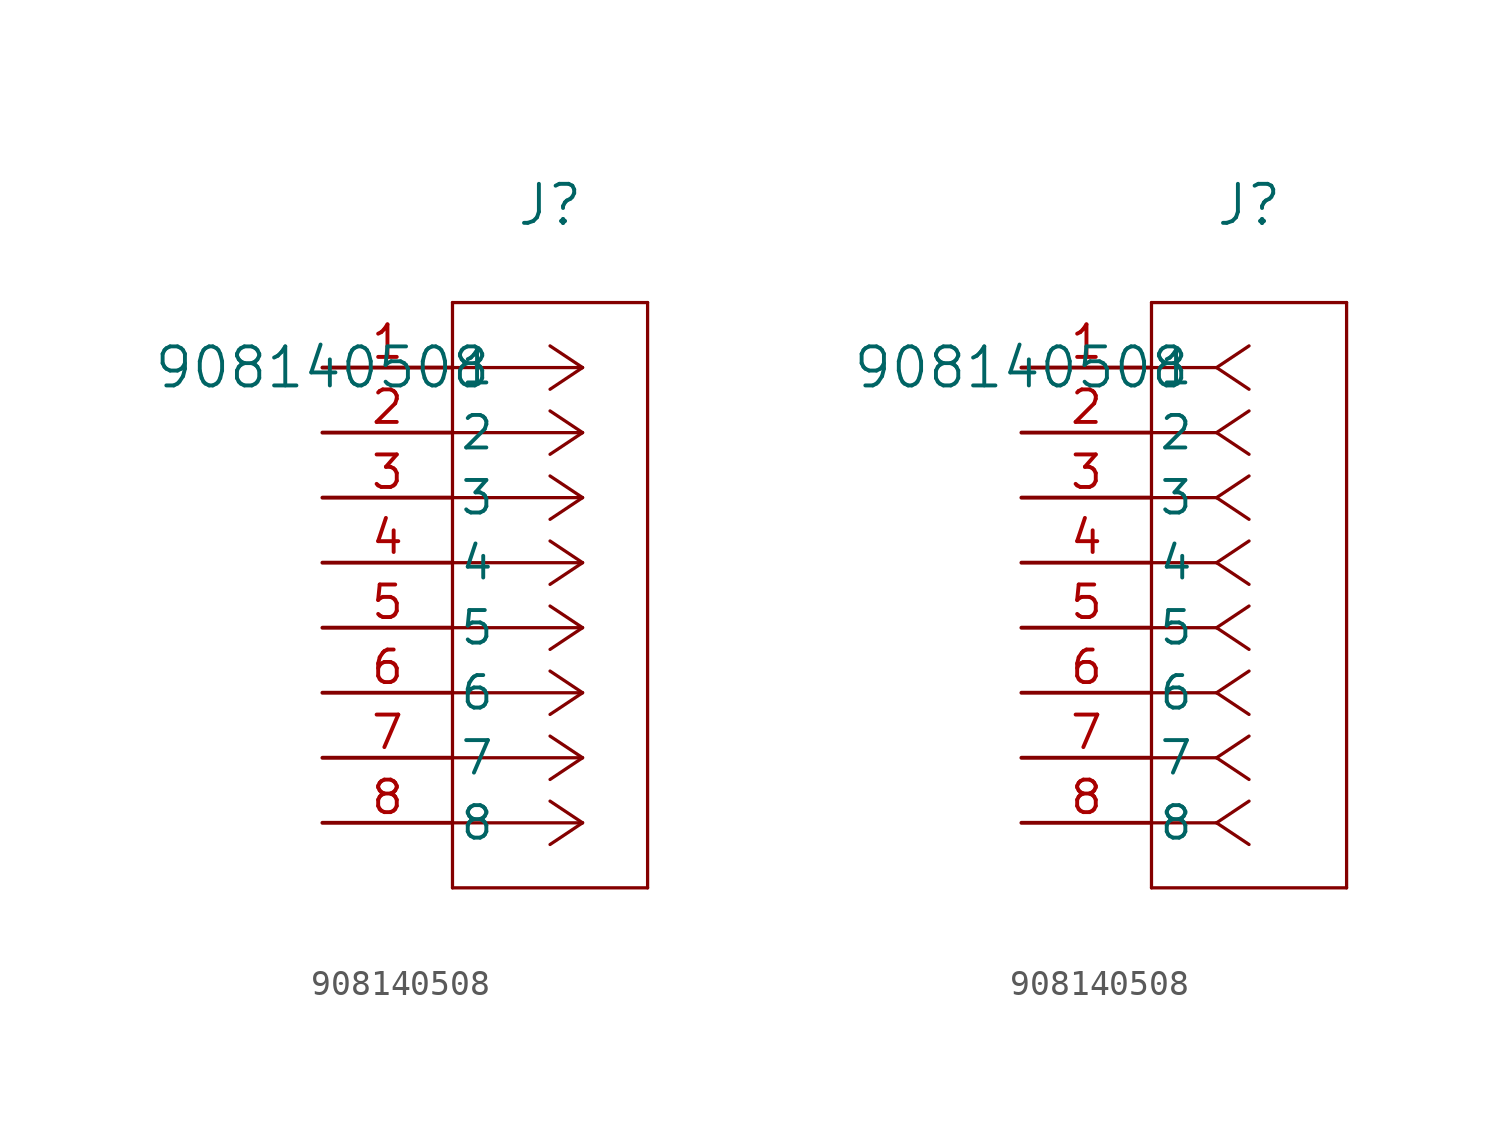
<source format=kicad_sym>
(kicad_symbol_lib
  (version 20211014)
  (generator kicad_symbol_editor)
  (symbol "908140508"
    (pin_names
      (offset 0.254))
    (property "Reference" "J"
      (at 8.89 6.35 0)
      (effects (font (size 1.524 1.524))))
    (property "Value" "908140508"
      (at 0 0 0)
      (effects (font (size 1.524 1.524))))
    (symbol "908140508_1_1"
      (polyline (pts (xy 10.16 0) (xy 5.08 0)) (stroke (width 0.127) (type default) (color 0 0 0 0)) (fill (type none)))
      (polyline (pts (xy 10.16 -2.54) (xy 5.08 -2.54)) (stroke (width 0.127) (type default) (color 0 0 0 0)) (fill (type none)))
      (polyline (pts (xy 10.16 -5.08) (xy 5.08 -5.08)) (stroke (width 0.127) (type default) (color 0 0 0 0)) (fill (type none)))
      (polyline (pts (xy 10.16 -7.62) (xy 5.08 -7.62)) (stroke (width 0.127) (type default) (color 0 0 0 0)) (fill (type none)))
      (polyline (pts (xy 10.16 -10.16) (xy 5.08 -10.16)) (stroke (width 0.127) (type default) (color 0 0 0 0)) (fill (type none)))
      (polyline (pts (xy 10.16 -12.7) (xy 5.08 -12.7)) (stroke (width 0.127) (type default) (color 0 0 0 0)) (fill (type none)))
      (polyline (pts (xy 10.16 -15.24) (xy 5.08 -15.24)) (stroke (width 0.127) (type default) (color 0 0 0 0)) (fill (type none)))
      (polyline (pts (xy 10.16 -17.78) (xy 5.08 -17.78)) (stroke (width 0.127) (type default) (color 0 0 0 0)) (fill (type none)))
      (polyline (pts (xy 10.16 0) (xy 8.89 0.847)) (stroke (width 0.127) (type default) (color 0 0 0 0)) (fill (type none)))
      (polyline (pts (xy 10.16 -2.54) (xy 8.89 -1.693)) (stroke (width 0.127) (type default) (color 0 0 0 0)) (fill (type none)))
      (polyline (pts (xy 10.16 -5.08) (xy 8.89 -4.233)) (stroke (width 0.127) (type default) (color 0 0 0 0)) (fill (type none)))
      (polyline (pts (xy 10.16 -7.62) (xy 8.89 -6.773)) (stroke (width 0.127) (type default) (color 0 0 0 0)) (fill (type none)))
      (polyline (pts (xy 10.16 -10.16) (xy 8.89 -9.313)) (stroke (width 0.127) (type default) (color 0 0 0 0)) (fill (type none)))
      (polyline (pts (xy 10.16 -12.7) (xy 8.89 -11.853)) (stroke (width 0.127) (type default) (color 0 0 0 0)) (fill (type none)))
      (polyline (pts (xy 10.16 -15.24) (xy 8.89 -14.393)) (stroke (width 0.127) (type default) (color 0 0 0 0)) (fill (type none)))
      (polyline (pts (xy 10.16 -17.78) (xy 8.89 -16.933)) (stroke (width 0.127) (type default) (color 0 0 0 0)) (fill (type none)))
      (polyline (pts (xy 10.16 0) (xy 8.89 -0.847)) (stroke (width 0.127) (type default) (color 0 0 0 0)) (fill (type none)))
      (polyline (pts (xy 10.16 -2.54) (xy 8.89 -3.387)) (stroke (width 0.127) (type default) (color 0 0 0 0)) (fill (type none)))
      (polyline (pts (xy 10.16 -5.08) (xy 8.89 -5.927)) (stroke (width 0.127) (type default) (color 0 0 0 0)) (fill (type none)))
      (polyline (pts (xy 10.16 -7.62) (xy 8.89 -8.467)) (stroke (width 0.127) (type default) (color 0 0 0 0)) (fill (type none)))
      (polyline (pts (xy 10.16 -10.16) (xy 8.89 -11.007)) (stroke (width 0.127) (type default) (color 0 0 0 0)) (fill (type none)))
      (polyline (pts (xy 10.16 -12.7) (xy 8.89 -13.547)) (stroke (width 0.127) (type default) (color 0 0 0 0)) (fill (type none)))
      (polyline (pts (xy 10.16 -15.24) (xy 8.89 -16.087)) (stroke (width 0.127) (type default) (color 0 0 0 0)) (fill (type none)))
      (polyline (pts (xy 10.16 -17.78) (xy 8.89 -18.627)) (stroke (width 0.127) (type default) (color 0 0 0 0)) (fill (type none)))
      (polyline (pts (xy 5.08 2.54) (xy 5.08 -20.32)) (stroke (width 0.127) (type default) (color 0 0 0 0)) (fill (type none)))
      (polyline (pts (xy 5.08 -20.32) (xy 12.7 -20.32)) (stroke (width 0.127) (type default) (color 0 0 0 0)) (fill (type none)))
      (polyline (pts (xy 12.7 -20.32) (xy 12.7 2.54)) (stroke (width 0.127) (type default) (color 0 0 0 0)) (fill (type none)))
      (polyline (pts (xy 12.7 2.54) (xy 5.08 2.54)) (stroke (width 0.127) (type default) (color 0 0 0 0)) (fill (type none)))
      (pin unspecified line (at 0 0 0) (length 5.08) (name "1" (effects (font (size 1.27 1.27)))) (number "1" (effects (font (size 1.27 1.27)))))
      (pin unspecified line (at 0 -2.54 0) (length 5.08) (name "2" (effects (font (size 1.27 1.27)))) (number "2" (effects (font (size 1.27 1.27)))))
      (pin unspecified line (at 0 -5.08 0) (length 5.08) (name "3" (effects (font (size 1.27 1.27)))) (number "3" (effects (font (size 1.27 1.27)))))
      (pin unspecified line (at 0 -7.62 0) (length 5.08) (name "4" (effects (font (size 1.27 1.27)))) (number "4" (effects (font (size 1.27 1.27)))))
      (pin unspecified line (at 0 -10.16 0) (length 5.08) (name "5" (effects (font (size 1.27 1.27)))) (number "5" (effects (font (size 1.27 1.27)))))
      (pin unspecified line (at 0 -12.7 0) (length 5.08) (name "6" (effects (font (size 1.27 1.27)))) (number "6" (effects (font (size 1.27 1.27)))))
      (pin unspecified line (at 0 -15.24 0) (length 5.08) (name "7" (effects (font (size 1.27 1.27)))) (number "7" (effects (font (size 1.27 1.27)))))
      (pin unspecified line (at 0 -17.78 0) (length 5.08) (name "8" (effects (font (size 1.27 1.27)))) (number "8" (effects (font (size 1.27 1.27))))))
    (symbol "908140508_1_2"
      (polyline (pts (xy 7.62 0) (xy 5.08 0)) (stroke (width 0.127) (type default) (color 0 0 0 0)) (fill (type none)))
      (polyline (pts (xy 7.62 -2.54) (xy 5.08 -2.54)) (stroke (width 0.127) (type default) (color 0 0 0 0)) (fill (type none)))
      (polyline (pts (xy 7.62 -5.08) (xy 5.08 -5.08)) (stroke (width 0.127) (type default) (color 0 0 0 0)) (fill (type none)))
      (polyline (pts (xy 7.62 -7.62) (xy 5.08 -7.62)) (stroke (width 0.127) (type default) (color 0 0 0 0)) (fill (type none)))
      (polyline (pts (xy 7.62 -10.16) (xy 5.08 -10.16)) (stroke (width 0.127) (type default) (color 0 0 0 0)) (fill (type none)))
      (polyline (pts (xy 7.62 -12.7) (xy 5.08 -12.7)) (stroke (width 0.127) (type default) (color 0 0 0 0)) (fill (type none)))
      (polyline (pts (xy 7.62 -15.24) (xy 5.08 -15.24)) (stroke (width 0.127) (type default) (color 0 0 0 0)) (fill (type none)))
      (polyline (pts (xy 7.62 -17.78) (xy 5.08 -17.78)) (stroke (width 0.127) (type default) (color 0 0 0 0)) (fill (type none)))
      (polyline (pts (xy 7.62 0) (xy 8.89 0.847)) (stroke (width 0.127) (type default) (color 0 0 0 0)) (fill (type none)))
      (polyline (pts (xy 7.62 -2.54) (xy 8.89 -1.693)) (stroke (width 0.127) (type default) (color 0 0 0 0)) (fill (type none)))
      (polyline (pts (xy 7.62 -5.08) (xy 8.89 -4.233)) (stroke (width 0.127) (type default) (color 0 0 0 0)) (fill (type none)))
      (polyline (pts (xy 7.62 -7.62) (xy 8.89 -6.773)) (stroke (width 0.127) (type default) (color 0 0 0 0)) (fill (type none)))
      (polyline (pts (xy 7.62 -10.16) (xy 8.89 -9.313)) (stroke (width 0.127) (type default) (color 0 0 0 0)) (fill (type none)))
      (polyline (pts (xy 7.62 -12.7) (xy 8.89 -11.853)) (stroke (width 0.127) (type default) (color 0 0 0 0)) (fill (type none)))
      (polyline (pts (xy 7.62 -15.24) (xy 8.89 -14.393)) (stroke (width 0.127) (type default) (color 0 0 0 0)) (fill (type none)))
      (polyline (pts (xy 7.62 -17.78) (xy 8.89 -16.933)) (stroke (width 0.127) (type default) (color 0 0 0 0)) (fill (type none)))
      (polyline (pts (xy 7.62 0) (xy 8.89 -0.847)) (stroke (width 0.127) (type default) (color 0 0 0 0)) (fill (type none)))
      (polyline (pts (xy 7.62 -2.54) (xy 8.89 -3.387)) (stroke (width 0.127) (type default) (color 0 0 0 0)) (fill (type none)))
      (polyline (pts (xy 7.62 -5.08) (xy 8.89 -5.927)) (stroke (width 0.127) (type default) (color 0 0 0 0)) (fill (type none)))
      (polyline (pts (xy 7.62 -7.62) (xy 8.89 -8.467)) (stroke (width 0.127) (type default) (color 0 0 0 0)) (fill (type none)))
      (polyline (pts (xy 7.62 -10.16) (xy 8.89 -11.007)) (stroke (width 0.127) (type default) (color 0 0 0 0)) (fill (type none)))
      (polyline (pts (xy 7.62 -12.7) (xy 8.89 -13.547)) (stroke (width 0.127) (type default) (color 0 0 0 0)) (fill (type none)))
      (polyline (pts (xy 7.62 -15.24) (xy 8.89 -16.087)) (stroke (width 0.127) (type default) (color 0 0 0 0)) (fill (type none)))
      (polyline (pts (xy 7.62 -17.78) (xy 8.89 -18.627)) (stroke (width 0.127) (type default) (color 0 0 0 0)) (fill (type none)))
      (polyline (pts (xy 5.08 2.54) (xy 5.08 -20.32)) (stroke (width 0.127) (type default) (color 0 0 0 0)) (fill (type none)))
      (polyline (pts (xy 5.08 -20.32) (xy 12.7 -20.32)) (stroke (width 0.127) (type default) (color 0 0 0 0)) (fill (type none)))
      (polyline (pts (xy 12.7 -20.32) (xy 12.7 2.54)) (stroke (width 0.127) (type default) (color 0 0 0 0)) (fill (type none)))
      (polyline (pts (xy 12.7 2.54) (xy 5.08 2.54)) (stroke (width 0.127) (type default) (color 0 0 0 0)) (fill (type none)))
      (pin unspecified line (at 0 0 0) (length 5.08) (name "1" (effects (font (size 1.27 1.27)))) (number "1" (effects (font (size 1.27 1.27)))))
      (pin unspecified line (at 0 -2.54 0) (length 5.08) (name "2" (effects (font (size 1.27 1.27)))) (number "2" (effects (font (size 1.27 1.27)))))
      (pin unspecified line (at 0 -5.08 0) (length 5.08) (name "3" (effects (font (size 1.27 1.27)))) (number "3" (effects (font (size 1.27 1.27)))))
      (pin unspecified line (at 0 -7.62 0) (length 5.08) (name "4" (effects (font (size 1.27 1.27)))) (number "4" (effects (font (size 1.27 1.27)))))
      (pin unspecified line (at 0 -10.16 0) (length 5.08) (name "5" (effects (font (size 1.27 1.27)))) (number "5" (effects (font (size 1.27 1.27)))))
      (pin unspecified line (at 0 -12.7 0) (length 5.08) (name "6" (effects (font (size 1.27 1.27)))) (number "6" (effects (font (size 1.27 1.27)))))
      (pin unspecified line (at 0 -15.24 0) (length 5.08) (name "7" (effects (font (size 1.27 1.27)))) (number "7" (effects (font (size 1.27 1.27)))))
      (pin unspecified line (at 0 -17.78 0) (length 5.08) (name "8" (effects (font (size 1.27 1.27)))) (number "8" (effects (font (size 1.27 1.27))))))))
</source>
